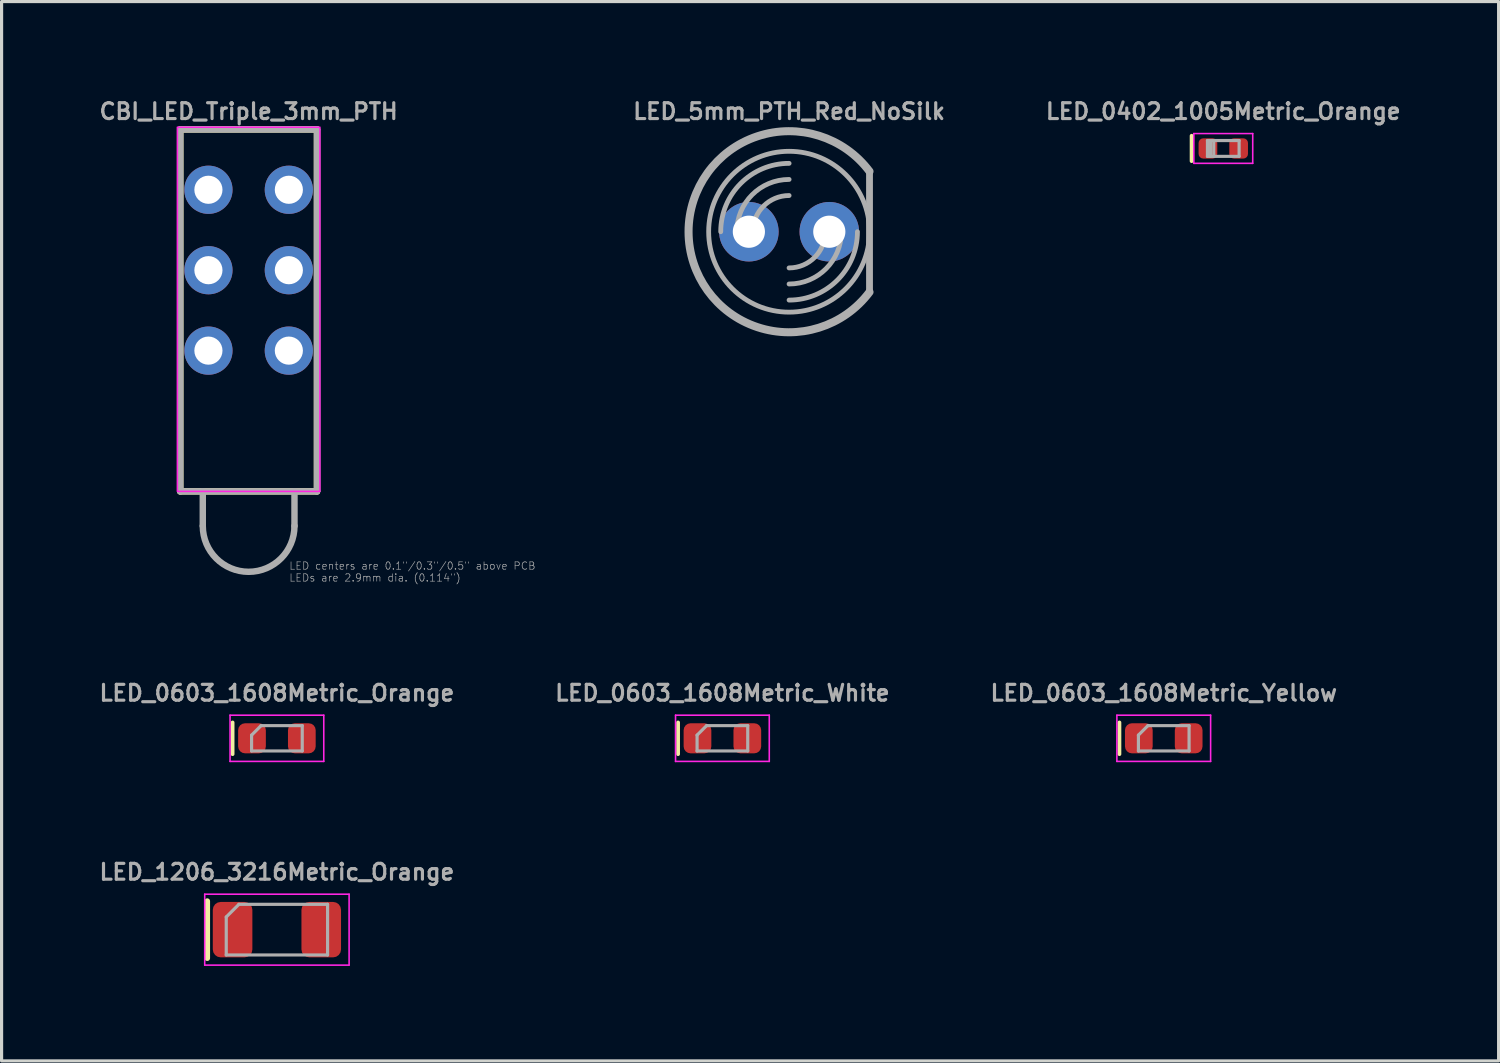
<source format=kicad_pcb>
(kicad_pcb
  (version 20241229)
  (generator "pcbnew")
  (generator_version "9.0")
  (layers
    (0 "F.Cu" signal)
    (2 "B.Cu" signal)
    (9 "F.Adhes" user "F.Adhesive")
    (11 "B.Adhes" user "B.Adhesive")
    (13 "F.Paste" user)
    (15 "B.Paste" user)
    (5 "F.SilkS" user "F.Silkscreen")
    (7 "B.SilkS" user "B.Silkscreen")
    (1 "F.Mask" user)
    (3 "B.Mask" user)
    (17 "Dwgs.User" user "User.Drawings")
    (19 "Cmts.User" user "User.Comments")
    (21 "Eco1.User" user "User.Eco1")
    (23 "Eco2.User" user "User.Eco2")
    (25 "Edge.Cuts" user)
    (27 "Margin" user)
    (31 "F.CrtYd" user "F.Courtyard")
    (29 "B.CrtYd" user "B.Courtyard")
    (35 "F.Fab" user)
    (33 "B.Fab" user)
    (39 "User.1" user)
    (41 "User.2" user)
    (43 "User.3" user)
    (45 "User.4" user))
  (footprint "LED_1206_3216Metric_Orange"
    (layer "F.Cu")
    (at 5.695 26.309)
    (property "Reference" "LED_1206_3216Metric_Orange" (at 0 -1.82 0) (layer "F.Fab") (effects (font (size 0.5 0.5) (thickness 0.1))))
    (attr smd)
    (fp_line (start -2.2 -0.9) (end -2.2 0.9) (stroke (width 0.178) (type solid)) (layer "F.SilkS"))
    (fp_line (start -2.28 -1.12) (end 2.28 -1.12) (stroke (width 0.05) (type solid)) (layer "F.CrtYd"))
    (fp_line (start -2.28 1.12) (end -2.28 -1.12) (stroke (width 0.05) (type solid)) (layer "F.CrtYd"))
    (fp_line (start 2.28 -1.12) (end 2.28 1.12) (stroke (width 0.05) (type solid)) (layer "F.CrtYd"))
    (fp_line (start 2.28 1.12) (end -2.28 1.12) (stroke (width 0.05) (type solid)) (layer "F.CrtYd"))
    (fp_line (start -1.6 -0.4) (end -1.6 0.8) (stroke (width 0.1) (type solid)) (layer "F.Fab"))
    (fp_line (start -1.6 0.8) (end 1.6 0.8) (stroke (width 0.1) (type solid)) (layer "F.Fab"))
    (fp_line (start -1.2 -0.8) (end -1.6 -0.4) (stroke (width 0.1) (type solid)) (layer "F.Fab"))
    (fp_line (start 1.6 -0.8) (end -1.2 -0.8) (stroke (width 0.1) (type solid)) (layer "F.Fab"))
    (fp_line (start 1.6 0.8) (end 1.6 -0.8) (stroke (width 0.1) (type solid)) (layer "F.Fab"))
    (pad "1" smd roundrect (at -1.4 0) (size 1.25 1.75) (layers "F.Cu" "F.Mask" "F.Paste") (roundrect_rratio 0.2))
    (pad "2" smd roundrect (at 1.4 0) (size 1.25 1.75) (layers "F.Cu" "F.Mask" "F.Paste") (roundrect_rratio 0.2)))
  (footprint "CBI_LED_Triple_3mm_PTH"
    (layer "F.Cu")
    (at 4.802 12.468)
    (property "Reference" "CBI_LED_Triple_3mm_PTH" (at 0 -12 0) (layer "F.Fab") (effects (font (size 0.5 0.5) (thickness 0.1) (bold yes))))
    (attr through_hole)
    (fp_line (start -2.159 -11.43) (end 2.159 -11.43) (stroke (width 0.203) (type solid)) (layer "F.SilkS"))
    (fp_line (start -2.159 0) (end -2.159 -11.43) (stroke (width 0.203) (type solid)) (layer "F.SilkS"))
    (fp_line (start -2.159 0) (end 2.159 0) (stroke (width 0.203) (type solid)) (layer "F.SilkS"))
    (fp_line (start 2.159 0) (end 2.159 -11.43) (stroke (width 0.203) (type solid)) (layer "F.SilkS"))
    (fp_rect (start -2.25 -11.5) (end 2.25 0) (stroke (width 0.05) (type default)) (fill no) (layer "F.CrtYd"))
    (fp_line (start -2.159 -11.43) (end 2.159 -11.43) (stroke (width 0.203) (type solid)) (layer "F.Fab"))
    (fp_line (start -2.159 0) (end -2.159 -11.43) (stroke (width 0.203) (type solid)) (layer "F.Fab"))
    (fp_line (start -2.159 0) (end -1.448 0) (stroke (width 0.203) (type solid)) (layer "F.Fab"))
    (fp_line (start -1.448 0) (end -1.448 1.092) (stroke (width 0.203) (type solid)) (layer "F.Fab"))
    (fp_line (start -1.448 0) (end 1.448 0) (stroke (width 0.203) (type solid)) (layer "F.Fab"))
    (fp_line (start 1.448 0) (end 1.448 1.092) (stroke (width 0.203) (type solid)) (layer "F.Fab"))
    (fp_line (start 1.448 0) (end 2.159 0) (stroke (width 0.203) (type solid)) (layer "F.Fab"))
    (fp_line (start 2.159 0) (end 2.159 -11.43) (stroke (width 0.203) (type solid)) (layer "F.Fab"))
    (fp_arc (start 1.4478 1.0922) (mid 0 2.54) (end -1.4478 1.0922) (stroke (width 0.2032) (type solid)) (layer "F.Fab"))
    (fp_text user "LED centers are 0.1\"/0.3\"/0.5\" above PCB\nLEDs are 2.9mm dia. (0.114\")" (at 1.27 2.54 0) (layer "F.Fab") (effects (font (size 0.234 0.234) (thickness 0.02)) (justify left)))
    (pad "ANODE_1" thru_hole circle (at -1.27 -9.525) (size 1.524 1.524) (drill 0.889) (layers "*.Cu" "*.Mask"))
    (pad "ANODE_2" thru_hole circle (at -1.27 -6.985) (size 1.524 1.524) (drill 0.889) (layers "*.Cu" "*.Mask"))
    (pad "ANODE_3" thru_hole circle (at -1.27 -4.445) (size 1.524 1.524) (drill 0.889) (layers "*.Cu" "*.Mask"))
    (pad "CATHODE_1" thru_hole circle (at 1.27 -9.525) (size 1.524 1.524) (drill 0.889) (layers "*.Cu" "*.Mask"))
    (pad "CATHODE_2" thru_hole circle (at 1.27 -6.985) (size 1.524 1.524) (drill 0.889) (layers "*.Cu" "*.Mask"))
    (pad "CATHODE_3" thru_hole circle (at 1.27 -4.445) (size 1.524 1.524) (drill 0.889) (layers "*.Cu" "*.Mask")))
  (footprint "LED_0603_1608Metric_Yellow"
    (layer "F.Cu")
    (at 33.702 20.266)
    (property "Reference" "LED_0603_1608Metric_Yellow" (at 0 -1.43 0) (layer "F.Fab") (effects (font (size 0.5 0.5) (thickness 0.1))))
    (attr smd)
    (fp_line (start -1.4 -0.5) (end -1.4 0.5) (stroke (width 0.12) (type solid)) (layer "F.SilkS"))
    (fp_line (start -1.48 -0.73) (end 1.48 -0.73) (stroke (width 0.05) (type solid)) (layer "F.CrtYd"))
    (fp_line (start -1.48 0.73) (end -1.48 -0.73) (stroke (width 0.05) (type solid)) (layer "F.CrtYd"))
    (fp_line (start 1.48 -0.73) (end 1.48 0.73) (stroke (width 0.05) (type solid)) (layer "F.CrtYd"))
    (fp_line (start 1.48 0.73) (end -1.48 0.73) (stroke (width 0.05) (type solid)) (layer "F.CrtYd"))
    (fp_line (start -0.8 -0.1) (end -0.8 0.4) (stroke (width 0.1) (type solid)) (layer "F.Fab"))
    (fp_line (start -0.8 0.4) (end 0.8 0.4) (stroke (width 0.1) (type solid)) (layer "F.Fab"))
    (fp_line (start -0.5 -0.4) (end -0.8 -0.1) (stroke (width 0.1) (type solid)) (layer "F.Fab"))
    (fp_line (start 0.8 -0.4) (end -0.5 -0.4) (stroke (width 0.1) (type solid)) (layer "F.Fab"))
    (fp_line (start 0.8 0.4) (end 0.8 -0.4) (stroke (width 0.1) (type solid)) (layer "F.Fab"))
    (pad "1" smd roundrect (at -0.787 0) (size 0.875 0.95) (layers "F.Cu" "F.Mask" "F.Paste") (roundrect_rratio 0.25))
    (pad "2" smd roundrect (at 0.787 0) (size 0.875 0.95) (layers "F.Cu" "F.Mask" "F.Paste") (roundrect_rratio 0.25)))
  (footprint "LED_0603_1608Metric_Orange"
    (layer "F.Cu")
    (at 5.695 20.266)
    (property "Reference" "LED_0603_1608Metric_Orange" (at 0 -1.43 0) (layer "F.Fab") (effects (font (size 0.5 0.5) (thickness 0.1))))
    (attr smd)
    (fp_line (start -1.4 -0.5) (end -1.4 0.5) (stroke (width 0.12) (type solid)) (layer "F.SilkS"))
    (fp_line (start -1.48 -0.73) (end 1.48 -0.73) (stroke (width 0.05) (type solid)) (layer "F.CrtYd"))
    (fp_line (start -1.48 0.73) (end -1.48 -0.73) (stroke (width 0.05) (type solid)) (layer "F.CrtYd"))
    (fp_line (start 1.48 -0.73) (end 1.48 0.73) (stroke (width 0.05) (type solid)) (layer "F.CrtYd"))
    (fp_line (start 1.48 0.73) (end -1.48 0.73) (stroke (width 0.05) (type solid)) (layer "F.CrtYd"))
    (fp_line (start -0.8 -0.1) (end -0.8 0.4) (stroke (width 0.1) (type solid)) (layer "F.Fab"))
    (fp_line (start -0.8 0.4) (end 0.8 0.4) (stroke (width 0.1) (type solid)) (layer "F.Fab"))
    (fp_line (start -0.5 -0.4) (end -0.8 -0.1) (stroke (width 0.1) (type solid)) (layer "F.Fab"))
    (fp_line (start 0.8 -0.4) (end -0.5 -0.4) (stroke (width 0.1) (type solid)) (layer "F.Fab"))
    (fp_line (start 0.8 0.4) (end 0.8 -0.4) (stroke (width 0.1) (type solid)) (layer "F.Fab"))
    (pad "1" smd roundrect (at -0.787 0) (size 0.875 0.95) (layers "F.Cu" "F.Mask" "F.Paste") (roundrect_rratio 0.25))
    (pad "2" smd roundrect (at 0.787 0) (size 0.875 0.95) (layers "F.Cu" "F.Mask" "F.Paste") (roundrect_rratio 0.25)))
  (footprint "LED_0603_1608Metric_White"
    (layer "F.Cu")
    (at 19.764 20.266)
    (property "Reference" "LED_0603_1608Metric_White" (at 0 -1.43 0) (layer "F.Fab") (effects (font (size 0.5 0.5) (thickness 0.1))))
    (attr smd)
    (fp_line (start -1.4 -0.5) (end -1.4 0.5) (stroke (width 0.12) (type solid)) (layer "F.SilkS"))
    (fp_line (start -1.48 -0.73) (end 1.48 -0.73) (stroke (width 0.05) (type solid)) (layer "F.CrtYd"))
    (fp_line (start -1.48 0.73) (end -1.48 -0.73) (stroke (width 0.05) (type solid)) (layer "F.CrtYd"))
    (fp_line (start 1.48 -0.73) (end 1.48 0.73) (stroke (width 0.05) (type solid)) (layer "F.CrtYd"))
    (fp_line (start 1.48 0.73) (end -1.48 0.73) (stroke (width 0.05) (type solid)) (layer "F.CrtYd"))
    (fp_line (start -0.8 -0.1) (end -0.8 0.4) (stroke (width 0.1) (type solid)) (layer "F.Fab"))
    (fp_line (start -0.8 0.4) (end 0.8 0.4) (stroke (width 0.1) (type solid)) (layer "F.Fab"))
    (fp_line (start -0.5 -0.4) (end -0.8 -0.1) (stroke (width 0.1) (type solid)) (layer "F.Fab"))
    (fp_line (start 0.8 -0.4) (end -0.5 -0.4) (stroke (width 0.1) (type solid)) (layer "F.Fab"))
    (fp_line (start 0.8 0.4) (end 0.8 -0.4) (stroke (width 0.1) (type solid)) (layer "F.Fab"))
    (pad "1" smd roundrect (at -0.787 0) (size 0.875 0.95) (layers "F.Cu" "F.Mask" "F.Paste") (roundrect_rratio 0.25))
    (pad "2" smd roundrect (at 0.787 0) (size 0.875 0.95) (layers "F.Cu" "F.Mask" "F.Paste") (roundrect_rratio 0.25)))
  (footprint "LED_0402_1005Metric_Orange"
    (layer "F.Cu")
    (at 35.582 1.638)
    (property "Reference" "LED_0402_1005Metric_Orange" (at 0 -1.17 0) (layer "F.Fab") (effects (font (size 0.5 0.5) (thickness 0.1))))
    (attr smd)
    (fp_line (start -1 -0.4) (end -1 0.4) (stroke (width 0.12) (type solid)) (layer "F.SilkS"))
    (fp_line (start -0.93 -0.47) (end 0.93 -0.47) (stroke (width 0.05) (type solid)) (layer "F.CrtYd"))
    (fp_line (start -0.93 0.47) (end -0.93 -0.47) (stroke (width 0.05) (type solid)) (layer "F.CrtYd"))
    (fp_line (start 0.93 -0.47) (end 0.93 0.47) (stroke (width 0.05) (type solid)) (layer "F.CrtYd"))
    (fp_line (start 0.93 0.47) (end -0.93 0.47) (stroke (width 0.05) (type solid)) (layer "F.CrtYd"))
    (fp_line (start -0.5 -0.25) (end 0.5 -0.25) (stroke (width 0.1) (type solid)) (layer "F.Fab"))
    (fp_line (start -0.5 0.25) (end -0.5 -0.25) (stroke (width 0.1) (type solid)) (layer "F.Fab"))
    (fp_line (start -0.4 0.25) (end -0.4 -0.25) (stroke (width 0.1) (type solid)) (layer "F.Fab"))
    (fp_line (start -0.3 0.25) (end -0.3 -0.25) (stroke (width 0.1) (type solid)) (layer "F.Fab"))
    (fp_line (start 0.5 -0.25) (end 0.5 0.25) (stroke (width 0.1) (type solid)) (layer "F.Fab"))
    (fp_line (start 0.5 0.25) (end -0.5 0.25) (stroke (width 0.1) (type solid)) (layer "F.Fab"))
    (pad "1" smd roundrect (at -0.485 0) (size 0.59 0.64) (layers "F.Cu" "F.Mask" "F.Paste") (roundrect_rratio 0.25))
    (pad "2" smd roundrect (at 0.485 0) (size 0.59 0.64) (layers "F.Cu" "F.Mask" "F.Paste") (roundrect_rratio 0.25)))
  (footprint "LED_5mm_PTH_Red_NoSilk"
    (layer "F.Cu")
    (at 21.87 4.268)
    (property "Reference" "LED_5mm_PTH_Red_NoSilk" (at 0 -3.8 0) (unlocked yes) (layer "F.Fab") (effects (font (size 0.5 0.5) (thickness 0.1))))
    (attr through_hole)
    (fp_line (start 2.54 1.905) (end 2.54 -1.905) (stroke (width 0.203) (type solid)) (layer "F.Fab"))
    (fp_line (start 2.54 1.905) (end 2.54 -1.905) (stroke (width 0.203) (type solid)) (layer "F.Fab"))
    (fp_arc (start -2.159 0) (mid -1.526644 -1.526644) (end 0 -2.159) (stroke (width 0.1524) (type solid)) (layer "F.Fab"))
    (fp_arc (start -1.651 0) (mid -1.167433 -1.167433) (end 0 -1.651) (stroke (width 0.1524) (type solid)) (layer "F.Fab"))
    (fp_arc (start -1.143 0) (mid -0.808223 -0.808223) (end 0 -1.143) (stroke (width 0.1524) (type solid)) (layer "F.Fab"))
    (fp_arc (start 1.143 0) (mid 0.808223 0.808223) (end 0 1.143) (stroke (width 0.1524) (type solid)) (layer "F.Fab"))
    (fp_arc (start 1.651 0) (mid 1.167433 1.167433) (end 0 1.651) (stroke (width 0.1524) (type solid)) (layer "F.Fab"))
    (fp_arc (start 2.159 0) (mid 1.526644 1.526644) (end 0 2.159) (stroke (width 0.1524) (type solid)) (layer "F.Fab"))
    (fp_arc (start 2.54 1.905) (mid -3.175 0) (end 2.54 -1.905) (stroke (width 0.254) (type solid)) (layer "F.Fab"))
    (fp_circle (center 0 0) (end 2.54 0) (stroke (width 0.152) (type solid)) (fill no) (layer "F.Fab"))
    (pad "1" thru_hole circle (at 1.27 0) (size 1.88 1.88) (drill 1.016) (layers "*.Cu" "*.Mask"))
    (pad "2" thru_hole circle (at -1.27 0) (size 1.88 1.88) (drill 1.016) (layers "*.Cu" "*.Mask")))
  (gr_rect
    (start -3 -3)
    (end 44.277 30.454)
    (stroke (width 0.1) (type default))
    (fill no)
    (layer "Edge.Cuts")))
</source>
